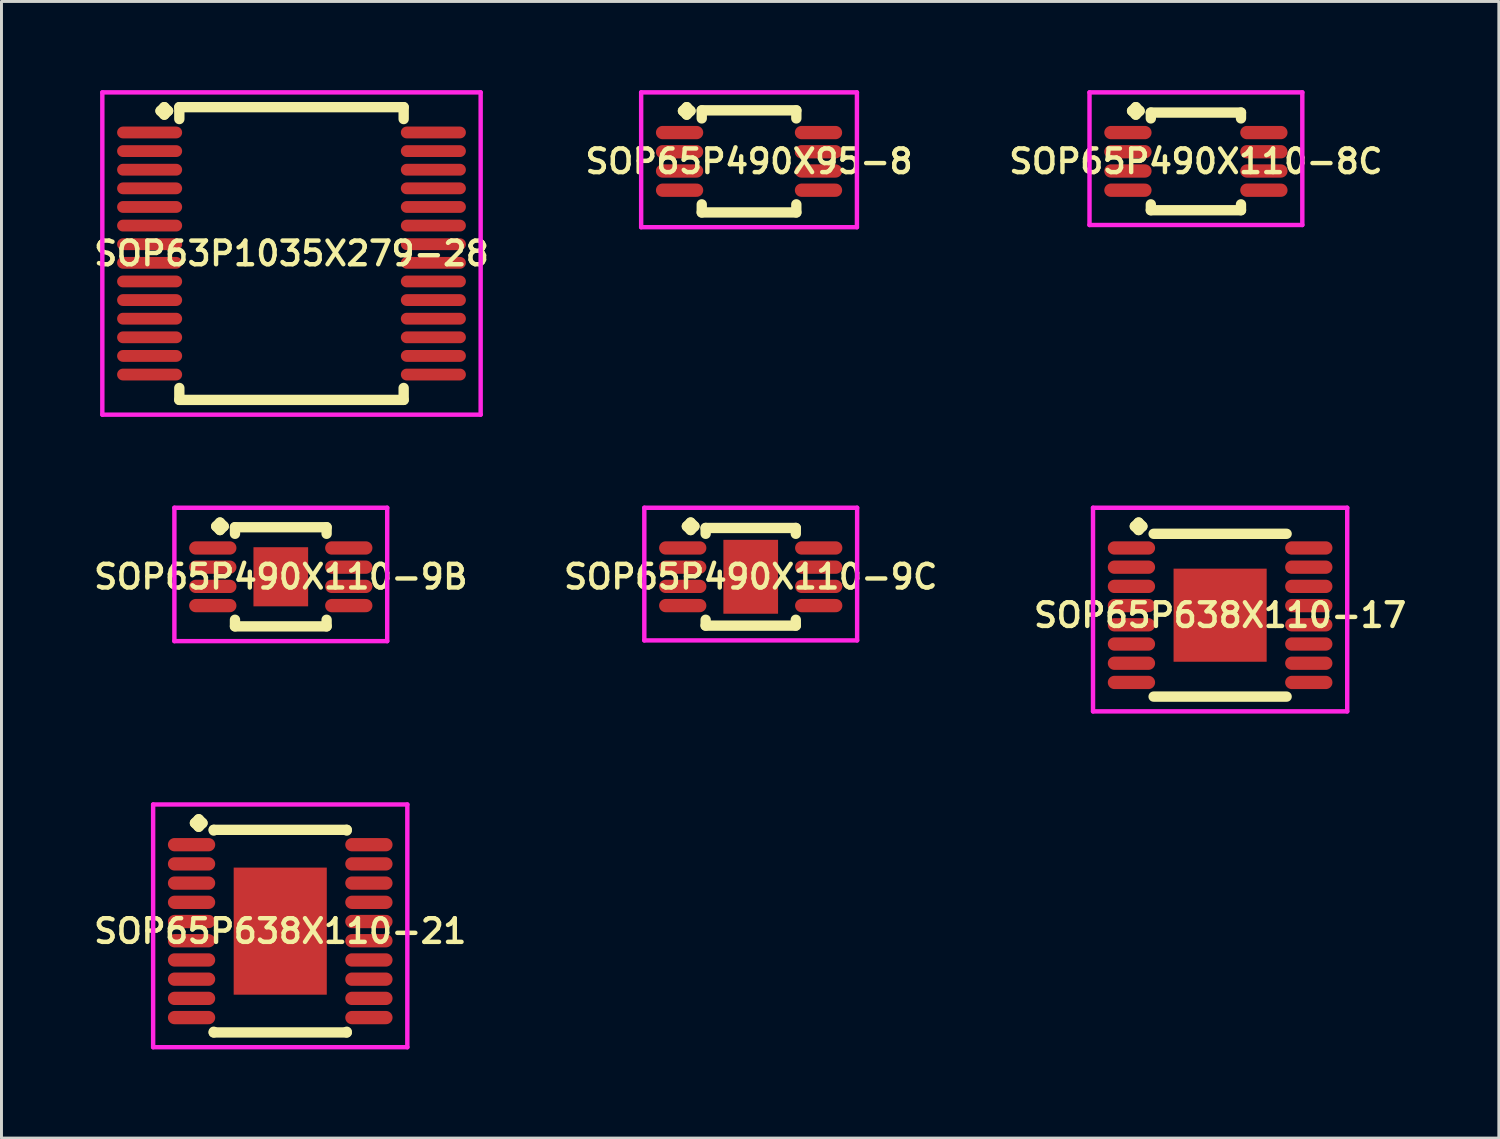
<source format=kicad_pcb>
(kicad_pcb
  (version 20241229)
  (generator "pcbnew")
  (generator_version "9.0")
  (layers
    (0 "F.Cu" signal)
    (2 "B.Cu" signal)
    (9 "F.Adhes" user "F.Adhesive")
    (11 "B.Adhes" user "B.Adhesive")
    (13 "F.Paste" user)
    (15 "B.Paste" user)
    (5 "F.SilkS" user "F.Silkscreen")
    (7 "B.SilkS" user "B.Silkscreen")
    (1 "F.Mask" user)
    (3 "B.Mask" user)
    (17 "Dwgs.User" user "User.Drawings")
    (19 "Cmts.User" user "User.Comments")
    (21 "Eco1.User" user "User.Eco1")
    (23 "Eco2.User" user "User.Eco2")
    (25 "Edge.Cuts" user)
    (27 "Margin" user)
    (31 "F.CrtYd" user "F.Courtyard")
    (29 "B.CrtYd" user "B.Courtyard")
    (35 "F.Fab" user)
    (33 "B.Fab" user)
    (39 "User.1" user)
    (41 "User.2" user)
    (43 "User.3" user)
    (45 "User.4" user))
  (footprint "SOP65P490X110-8C"
    (layer "F.Cu")
    (at 37.411 2.41)
    (property "Reference" "SOP65P490X110-8C" (at 0 0 0) (layer "F.SilkS") (effects (font (size 0.8 0.8) (thickness 0.15))))
    (attr smd)
    (fp_line (start -2.16 -1.708) (end -2.033 -1.835) (stroke (width 0.35) (type solid)) (layer "F.SilkS"))
    (fp_line (start -2.033 -1.835) (end -1.906 -1.708) (stroke (width 0.35) (type solid)) (layer "F.SilkS"))
    (fp_line (start -2.033 -1.581) (end -2.16 -1.708) (stroke (width 0.35) (type solid)) (layer "F.SilkS"))
    (fp_line (start -1.906 -1.708) (end -2.033 -1.581) (stroke (width 0.35) (type solid)) (layer "F.SilkS"))
    (fp_line (start -1.525 -1.652) (end 1.525 -1.652) (stroke (width 0.35) (type solid)) (layer "F.SilkS"))
    (fp_line (start -1.525 -1.454) (end -1.525 -1.652) (stroke (width 0.35) (type solid)) (layer "F.SilkS"))
    (fp_line (start -1.525 1.454) (end -1.525 1.652) (stroke (width 0.35) (type solid)) (layer "F.SilkS"))
    (fp_line (start -1.525 1.652) (end 1.525 1.652) (stroke (width 0.35) (type solid)) (layer "F.SilkS"))
    (fp_line (start 1.525 -1.652) (end 1.525 -1.454) (stroke (width 0.35) (type solid)) (layer "F.SilkS"))
    (fp_line (start 1.525 1.652) (end 1.525 1.454) (stroke (width 0.35) (type solid)) (layer "F.SilkS"))
    (fp_line (start -3.6 -2.335) (end 3.6 -2.335) (stroke (width 0.15) (type solid)) (layer "F.CrtYd"))
    (fp_line (start -3.6 2.152) (end -3.6 -2.335) (stroke (width 0.15) (type solid)) (layer "F.CrtYd"))
    (fp_line (start 3.6 -2.335) (end 3.6 2.152) (stroke (width 0.15) (type solid)) (layer "F.CrtYd"))
    (fp_line (start 3.6 2.152) (end -3.6 2.152) (stroke (width 0.15) (type solid)) (layer "F.CrtYd"))
    (pad "1" smd oval (at -2.3 -0.975) (size 1.6 0.45) (layers "F.Cu" "F.Mask" "F.Paste"))
    (pad "2" smd oval (at -2.3 -0.325) (size 1.6 0.45) (layers "F.Cu" "F.Mask" "F.Paste"))
    (pad "3" smd oval (at -2.3 0.325) (size 1.6 0.45) (layers "F.Cu" "F.Mask" "F.Paste"))
    (pad "4" smd oval (at -2.3 0.975) (size 1.6 0.45) (layers "F.Cu" "F.Mask" "F.Paste"))
    (pad "5" smd oval (at 2.3 0.975) (size 1.6 0.45) (layers "F.Cu" "F.Mask" "F.Paste"))
    (pad "6" smd oval (at 2.3 0.325) (size 1.6 0.45) (layers "F.Cu" "F.Mask" "F.Paste"))
    (pad "7" smd oval (at 2.3 -0.325) (size 1.6 0.45) (layers "F.Cu" "F.Mask" "F.Paste"))
    (pad "8" smd oval (at 2.3 -0.975) (size 1.6 0.45) (layers "F.Cu" "F.Mask" "F.Paste")))
  (footprint "SOP63P1035X279-28"
    (layer "F.Cu")
    (at 6.812 5.527)
    (property "Reference" "SOP63P1035X279-28" (at 0 0 0) (layer "F.SilkS") (effects (font (size 0.8 0.8) (thickness 0.15))))
    (attr smd)
    (fp_line (start -4.43 -4.825) (end -4.303 -4.952) (stroke (width 0.35) (type solid)) (layer "F.SilkS"))
    (fp_line (start -4.303 -4.952) (end -4.176 -4.825) (stroke (width 0.35) (type solid)) (layer "F.SilkS"))
    (fp_line (start -4.303 -4.698) (end -4.43 -4.825) (stroke (width 0.35) (type solid)) (layer "F.SilkS"))
    (fp_line (start -4.176 -4.825) (end -4.303 -4.698) (stroke (width 0.35) (type solid)) (layer "F.SilkS"))
    (fp_line (start -3.795 -4.952) (end 3.795 -4.952) (stroke (width 0.35) (type solid)) (layer "F.SilkS"))
    (fp_line (start -3.795 -4.549) (end -3.795 -4.952) (stroke (width 0.35) (type solid)) (layer "F.SilkS"))
    (fp_line (start -3.795 4.549) (end -3.795 4.952) (stroke (width 0.35) (type solid)) (layer "F.SilkS"))
    (fp_line (start -3.795 4.952) (end 3.795 4.952) (stroke (width 0.35) (type solid)) (layer "F.SilkS"))
    (fp_line (start 3.795 -4.952) (end 3.795 -4.549) (stroke (width 0.35) (type solid)) (layer "F.SilkS"))
    (fp_line (start 3.795 4.952) (end 3.795 4.549) (stroke (width 0.35) (type solid)) (layer "F.SilkS"))
    (fp_line (start -6.4 -5.452) (end 6.4 -5.452) (stroke (width 0.15) (type solid)) (layer "F.CrtYd"))
    (fp_line (start -6.4 5.452) (end -6.4 -5.452) (stroke (width 0.15) (type solid)) (layer "F.CrtYd"))
    (fp_line (start 6.4 -5.452) (end 6.4 5.452) (stroke (width 0.15) (type solid)) (layer "F.CrtYd"))
    (fp_line (start 6.4 5.452) (end -6.4 5.452) (stroke (width 0.15) (type solid)) (layer "F.CrtYd"))
    (pad "1" smd oval (at -4.8 -4.095) (size 2.2 0.4) (layers "F.Cu" "F.Mask" "F.Paste"))
    (pad "2" smd oval (at -4.8 -3.465) (size 2.2 0.4) (layers "F.Cu" "F.Mask" "F.Paste"))
    (pad "3" smd oval (at -4.8 -2.835) (size 2.2 0.4) (layers "F.Cu" "F.Mask" "F.Paste"))
    (pad "4" smd oval (at -4.8 -2.205) (size 2.2 0.4) (layers "F.Cu" "F.Mask" "F.Paste"))
    (pad "5" smd oval (at -4.8 -1.575) (size 2.2 0.4) (layers "F.Cu" "F.Mask" "F.Paste"))
    (pad "6" smd oval (at -4.8 -0.945) (size 2.2 0.4) (layers "F.Cu" "F.Mask" "F.Paste"))
    (pad "7" smd oval (at -4.8 -0.315) (size 2.2 0.4) (layers "F.Cu" "F.Mask" "F.Paste"))
    (pad "8" smd oval (at -4.8 0.315) (size 2.2 0.4) (layers "F.Cu" "F.Mask" "F.Paste"))
    (pad "9" smd oval (at -4.8 0.945) (size 2.2 0.4) (layers "F.Cu" "F.Mask" "F.Paste"))
    (pad "10" smd oval (at -4.8 1.575) (size 2.2 0.4) (layers "F.Cu" "F.Mask" "F.Paste"))
    (pad "11" smd oval (at -4.8 2.205) (size 2.2 0.4) (layers "F.Cu" "F.Mask" "F.Paste"))
    (pad "12" smd oval (at -4.8 2.835) (size 2.2 0.4) (layers "F.Cu" "F.Mask" "F.Paste"))
    (pad "13" smd oval (at -4.8 3.465) (size 2.2 0.4) (layers "F.Cu" "F.Mask" "F.Paste"))
    (pad "14" smd oval (at -4.8 4.095) (size 2.2 0.4) (layers "F.Cu" "F.Mask" "F.Paste"))
    (pad "15" smd oval (at 4.8 4.095) (size 2.2 0.4) (layers "F.Cu" "F.Mask" "F.Paste"))
    (pad "16" smd oval (at 4.8 3.465) (size 2.2 0.4) (layers "F.Cu" "F.Mask" "F.Paste"))
    (pad "17" smd oval (at 4.8 2.835) (size 2.2 0.4) (layers "F.Cu" "F.Mask" "F.Paste"))
    (pad "18" smd oval (at 4.8 2.205) (size 2.2 0.4) (layers "F.Cu" "F.Mask" "F.Paste"))
    (pad "19" smd oval (at 4.8 1.575) (size 2.2 0.4) (layers "F.Cu" "F.Mask" "F.Paste"))
    (pad "20" smd oval (at 4.8 0.945) (size 2.2 0.4) (layers "F.Cu" "F.Mask" "F.Paste"))
    (pad "21" smd oval (at 4.8 0.315) (size 2.2 0.4) (layers "F.Cu" "F.Mask" "F.Paste"))
    (pad "22" smd oval (at 4.8 -0.315) (size 2.2 0.4) (layers "F.Cu" "F.Mask" "F.Paste"))
    (pad "23" smd oval (at 4.8 -0.945) (size 2.2 0.4) (layers "F.Cu" "F.Mask" "F.Paste"))
    (pad "24" smd oval (at 4.8 -1.575) (size 2.2 0.4) (layers "F.Cu" "F.Mask" "F.Paste"))
    (pad "25" smd oval (at 4.8 -2.205) (size 2.2 0.4) (layers "F.Cu" "F.Mask" "F.Paste"))
    (pad "26" smd oval (at 4.8 -2.835) (size 2.2 0.4) (layers "F.Cu" "F.Mask" "F.Paste"))
    (pad "27" smd oval (at 4.8 -3.465) (size 2.2 0.4) (layers "F.Cu" "F.Mask" "F.Paste"))
    (pad "28" smd oval (at 4.8 -4.095) (size 2.2 0.4) (layers "F.Cu" "F.Mask" "F.Paste")))
  (footprint "SOP65P490X95-8"
    (layer "F.Cu")
    (at 22.292 2.41)
    (property "Reference" "SOP65P490X95-8" (at 0 0 0) (layer "F.SilkS") (effects (font (size 0.8 0.8) (thickness 0.15))))
    (attr smd)
    (fp_line (start -2.235 -1.708) (end -2.108 -1.835) (stroke (width 0.35) (type solid)) (layer "F.SilkS"))
    (fp_line (start -2.108 -1.835) (end -1.981 -1.708) (stroke (width 0.35) (type solid)) (layer "F.SilkS"))
    (fp_line (start -2.108 -1.581) (end -2.235 -1.708) (stroke (width 0.35) (type solid)) (layer "F.SilkS"))
    (fp_line (start -1.981 -1.708) (end -2.108 -1.581) (stroke (width 0.35) (type solid)) (layer "F.SilkS"))
    (fp_line (start -1.6 -1.727) (end 1.6 -1.727) (stroke (width 0.35) (type solid)) (layer "F.SilkS"))
    (fp_line (start -1.6 -1.454) (end -1.6 -1.727) (stroke (width 0.35) (type solid)) (layer "F.SilkS"))
    (fp_line (start -1.6 1.454) (end -1.6 1.727) (stroke (width 0.35) (type solid)) (layer "F.SilkS"))
    (fp_line (start -1.6 1.727) (end 1.6 1.727) (stroke (width 0.35) (type solid)) (layer "F.SilkS"))
    (fp_line (start 1.6 -1.727) (end 1.6 -1.454) (stroke (width 0.35) (type solid)) (layer "F.SilkS"))
    (fp_line (start 1.6 1.727) (end 1.6 1.454) (stroke (width 0.35) (type solid)) (layer "F.SilkS"))
    (fp_line (start -3.65 -2.335) (end 3.65 -2.335) (stroke (width 0.15) (type solid)) (layer "F.CrtYd"))
    (fp_line (start -3.65 2.227) (end -3.65 -2.335) (stroke (width 0.15) (type solid)) (layer "F.CrtYd"))
    (fp_line (start 3.65 -2.335) (end 3.65 2.227) (stroke (width 0.15) (type solid)) (layer "F.CrtYd"))
    (fp_line (start 3.65 2.227) (end -3.65 2.227) (stroke (width 0.15) (type solid)) (layer "F.CrtYd"))
    (pad "1" smd oval (at -2.35 -0.975) (size 1.6 0.45) (layers "F.Cu" "F.Mask" "F.Paste"))
    (pad "2" smd oval (at -2.35 -0.325) (size 1.6 0.45) (layers "F.Cu" "F.Mask" "F.Paste"))
    (pad "3" smd oval (at -2.35 0.325) (size 1.6 0.45) (layers "F.Cu" "F.Mask" "F.Paste"))
    (pad "4" smd oval (at -2.35 0.975) (size 1.6 0.45) (layers "F.Cu" "F.Mask" "F.Paste"))
    (pad "5" smd oval (at 2.35 0.975) (size 1.6 0.45) (layers "F.Cu" "F.Mask" "F.Paste"))
    (pad "6" smd oval (at 2.35 0.325) (size 1.6 0.45) (layers "F.Cu" "F.Mask" "F.Paste"))
    (pad "7" smd oval (at 2.35 -0.325) (size 1.6 0.45) (layers "F.Cu" "F.Mask" "F.Paste"))
    (pad "8" smd oval (at 2.35 -0.975) (size 1.6 0.45) (layers "F.Cu" "F.Mask" "F.Paste")))
  (footprint "SOP65P490X110-9C"
    (layer "F.Cu")
    (at 22.349 16.464)
    (property "Reference" "SOP65P490X110-9C" (at 0 0 0) (layer "F.SilkS") (effects (font (size 0.8 0.8) (thickness 0.15))))
    (attr through_hole)
    (fp_line (start -2.16 -1.708) (end -2.033 -1.835) (stroke (width 0.35) (type solid)) (layer "F.SilkS"))
    (fp_line (start -2.033 -1.835) (end -1.906 -1.708) (stroke (width 0.35) (type solid)) (layer "F.SilkS"))
    (fp_line (start -2.033 -1.581) (end -2.16 -1.708) (stroke (width 0.35) (type solid)) (layer "F.SilkS"))
    (fp_line (start -1.906 -1.708) (end -2.033 -1.581) (stroke (width 0.35) (type solid)) (layer "F.SilkS"))
    (fp_line (start -1.525 -1.652) (end 1.525 -1.652) (stroke (width 0.35) (type solid)) (layer "F.SilkS"))
    (fp_line (start -1.525 -1.454) (end -1.525 -1.652) (stroke (width 0.35) (type solid)) (layer "F.SilkS"))
    (fp_line (start -1.525 1.454) (end -1.525 1.652) (stroke (width 0.35) (type solid)) (layer "F.SilkS"))
    (fp_line (start -1.525 1.652) (end 1.525 1.652) (stroke (width 0.35) (type solid)) (layer "F.SilkS"))
    (fp_line (start 1.525 -1.652) (end 1.525 -1.454) (stroke (width 0.35) (type solid)) (layer "F.SilkS"))
    (fp_line (start 1.525 1.652) (end 1.525 1.454) (stroke (width 0.35) (type solid)) (layer "F.SilkS"))
    (fp_line (start -3.6 -2.335) (end 3.6 -2.335) (stroke (width 0.15) (type solid)) (layer "F.CrtYd"))
    (fp_line (start -3.6 2.152) (end -3.6 -2.335) (stroke (width 0.15) (type solid)) (layer "F.CrtYd"))
    (fp_line (start 3.6 -2.335) (end 3.6 2.152) (stroke (width 0.15) (type solid)) (layer "F.CrtYd"))
    (fp_line (start 3.6 2.152) (end -3.6 2.152) (stroke (width 0.15) (type solid)) (layer "F.CrtYd"))
    (pad "1" smd oval (at -2.3 -0.975) (size 1.6 0.45) (layers "F.Cu" "F.Mask" "F.Paste"))
    (pad "2" smd oval (at -2.3 -0.325) (size 1.6 0.45) (layers "F.Cu" "F.Mask" "F.Paste"))
    (pad "3" smd oval (at -2.3 0.325) (size 1.6 0.45) (layers "F.Cu" "F.Mask" "F.Paste"))
    (pad "4" smd oval (at -2.3 0.975) (size 1.6 0.45) (layers "F.Cu" "F.Mask" "F.Paste"))
    (pad "5" smd oval (at 2.3 0.975) (size 1.6 0.45) (layers "F.Cu" "F.Mask" "F.Paste"))
    (pad "6" smd oval (at 2.3 0.325) (size 1.6 0.45) (layers "F.Cu" "F.Mask" "F.Paste"))
    (pad "7" smd oval (at 2.3 -0.325) (size 1.6 0.45) (layers "F.Cu" "F.Mask" "F.Paste"))
    (pad "8" smd oval (at 2.3 -0.975) (size 1.6 0.45) (layers "F.Cu" "F.Mask" "F.Paste"))
    (pad "9" smd rect (at 0 0) (size 1.85 2.5) (layers "F.Cu" "F.Mask" "F.Paste")))
  (footprint "SOP65P638X110-17"
    (layer "F.Cu")
    (at 38.23 17.764)
    (property "Reference" "SOP65P638X110-17" (at 0 0 0) (layer "F.SilkS") (effects (font (size 0.8 0.8) (thickness 0.15))))
    (attr through_hole)
    (fp_line (start -2.885 -3.008) (end -2.758 -3.135) (stroke (width 0.35) (type solid)) (layer "F.SilkS"))
    (fp_line (start -2.758 -3.135) (end -2.631 -3.008) (stroke (width 0.35) (type solid)) (layer "F.SilkS"))
    (fp_line (start -2.758 -2.881) (end -2.885 -3.008) (stroke (width 0.35) (type solid)) (layer "F.SilkS"))
    (fp_line (start -2.631 -3.008) (end -2.758 -2.881) (stroke (width 0.35) (type solid)) (layer "F.SilkS"))
    (fp_line (start -2.25 -2.754) (end 2.25 -2.754) (stroke (width 0.35) (type solid)) (layer "F.SilkS"))
    (fp_line (start -2.25 2.754) (end 2.25 2.754) (stroke (width 0.35) (type solid)) (layer "F.SilkS"))
    (fp_line (start -4.3 -3.635) (end 4.3 -3.635) (stroke (width 0.15) (type solid)) (layer "F.CrtYd"))
    (fp_line (start -4.3 3.254) (end -4.3 -3.635) (stroke (width 0.15) (type solid)) (layer "F.CrtYd"))
    (fp_line (start 4.3 -3.635) (end 4.3 3.254) (stroke (width 0.15) (type solid)) (layer "F.CrtYd"))
    (fp_line (start 4.3 3.254) (end -4.3 3.254) (stroke (width 0.15) (type solid)) (layer "F.CrtYd"))
    (pad "1" smd oval (at -3 -2.275) (size 1.6 0.45) (layers "F.Cu" "F.Mask" "F.Paste"))
    (pad "2" smd oval (at -3 -1.625) (size 1.6 0.45) (layers "F.Cu" "F.Mask" "F.Paste"))
    (pad "3" smd oval (at -3 -0.975) (size 1.6 0.45) (layers "F.Cu" "F.Mask" "F.Paste"))
    (pad "4" smd oval (at -3 -0.325) (size 1.6 0.45) (layers "F.Cu" "F.Mask" "F.Paste"))
    (pad "5" smd oval (at -3 0.325) (size 1.6 0.45) (layers "F.Cu" "F.Mask" "F.Paste"))
    (pad "6" smd oval (at -3 0.975) (size 1.6 0.45) (layers "F.Cu" "F.Mask" "F.Paste"))
    (pad "7" smd oval (at -3 1.625) (size 1.6 0.45) (layers "F.Cu" "F.Mask" "F.Paste"))
    (pad "8" smd oval (at -3 2.275) (size 1.6 0.45) (layers "F.Cu" "F.Mask" "F.Paste"))
    (pad "9" smd oval (at 3 2.275) (size 1.6 0.45) (layers "F.Cu" "F.Mask" "F.Paste"))
    (pad "10" smd oval (at 3 1.625) (size 1.6 0.45) (layers "F.Cu" "F.Mask" "F.Paste"))
    (pad "11" smd oval (at 3 0.975) (size 1.6 0.45) (layers "F.Cu" "F.Mask" "F.Paste"))
    (pad "12" smd oval (at 3 0.325) (size 1.6 0.45) (layers "F.Cu" "F.Mask" "F.Paste"))
    (pad "13" smd oval (at 3 -0.325) (size 1.6 0.45) (layers "F.Cu" "F.Mask" "F.Paste"))
    (pad "14" smd oval (at 3 -0.975) (size 1.6 0.45) (layers "F.Cu" "F.Mask" "F.Paste"))
    (pad "15" smd oval (at 3 -1.625) (size 1.6 0.45) (layers "F.Cu" "F.Mask" "F.Paste"))
    (pad "16" smd oval (at 3 -2.275) (size 1.6 0.45) (layers "F.Cu" "F.Mask" "F.Paste"))
    (pad "17" smd rect (at 0 0) (size 3.15 3.15) (layers "F.Cu" "F.Mask" "F.Paste")))
  (footprint "SOP65P638X110-21"
    (layer "F.Cu")
    (at 6.431 28.453)
    (property "Reference" "SOP65P638X110-21" (at 0 0 0) (layer "F.SilkS") (effects (font (size 0.8 0.8) (thickness 0.15))))
    (attr through_hole)
    (fp_line (start -2.885 -3.658) (end -2.758 -3.785) (stroke (width 0.35) (type solid)) (layer "F.SilkS"))
    (fp_line (start -2.758 -3.785) (end -2.631 -3.658) (stroke (width 0.35) (type solid)) (layer "F.SilkS"))
    (fp_line (start -2.758 -3.531) (end -2.885 -3.658) (stroke (width 0.35) (type solid)) (layer "F.SilkS"))
    (fp_line (start -2.631 -3.658) (end -2.758 -3.531) (stroke (width 0.35) (type solid)) (layer "F.SilkS"))
    (fp_line (start -2.25 -3.427) (end 2.25 -3.427) (stroke (width 0.35) (type solid)) (layer "F.SilkS"))
    (fp_line (start -2.25 -3.404) (end -2.25 -3.427) (stroke (width 0.35) (type solid)) (layer "F.SilkS"))
    (fp_line (start -2.25 3.404) (end -2.25 3.427) (stroke (width 0.35) (type solid)) (layer "F.SilkS"))
    (fp_line (start -2.25 3.427) (end 2.25 3.427) (stroke (width 0.35) (type solid)) (layer "F.SilkS"))
    (fp_line (start 2.25 -3.427) (end 2.25 -3.404) (stroke (width 0.35) (type solid)) (layer "F.SilkS"))
    (fp_line (start 2.25 3.427) (end 2.25 3.404) (stroke (width 0.35) (type solid)) (layer "F.SilkS"))
    (fp_line (start -4.3 -4.285) (end 4.3 -4.285) (stroke (width 0.15) (type solid)) (layer "F.CrtYd"))
    (fp_line (start -4.3 3.927) (end -4.3 -4.285) (stroke (width 0.15) (type solid)) (layer "F.CrtYd"))
    (fp_line (start 4.3 -4.285) (end 4.3 3.927) (stroke (width 0.15) (type solid)) (layer "F.CrtYd"))
    (fp_line (start 4.3 3.927) (end -4.3 3.927) (stroke (width 0.15) (type solid)) (layer "F.CrtYd"))
    (pad "1" smd oval (at -3 -2.925) (size 1.6 0.45) (layers "F.Cu" "F.Mask" "F.Paste"))
    (pad "2" smd oval (at -3 -2.275) (size 1.6 0.45) (layers "F.Cu" "F.Mask" "F.Paste"))
    (pad "3" smd oval (at -3 -1.625) (size 1.6 0.45) (layers "F.Cu" "F.Mask" "F.Paste"))
    (pad "4" smd oval (at -3 -0.975) (size 1.6 0.45) (layers "F.Cu" "F.Mask" "F.Paste"))
    (pad "5" smd oval (at -3 -0.325) (size 1.6 0.45) (layers "F.Cu" "F.Mask" "F.Paste"))
    (pad "6" smd oval (at -3 0.325) (size 1.6 0.45) (layers "F.Cu" "F.Mask" "F.Paste"))
    (pad "7" smd oval (at -3 0.975) (size 1.6 0.45) (layers "F.Cu" "F.Mask" "F.Paste"))
    (pad "8" smd oval (at -3 1.625) (size 1.6 0.45) (layers "F.Cu" "F.Mask" "F.Paste"))
    (pad "9" smd oval (at -3 2.275) (size 1.6 0.45) (layers "F.Cu" "F.Mask" "F.Paste"))
    (pad "10" smd oval (at -3 2.925) (size 1.6 0.45) (layers "F.Cu" "F.Mask" "F.Paste"))
    (pad "11" smd oval (at 3 2.925) (size 1.6 0.45) (layers "F.Cu" "F.Mask" "F.Paste"))
    (pad "12" smd oval (at 3 2.275) (size 1.6 0.45) (layers "F.Cu" "F.Mask" "F.Paste"))
    (pad "13" smd oval (at 3 1.625) (size 1.6 0.45) (layers "F.Cu" "F.Mask" "F.Paste"))
    (pad "14" smd oval (at 3 0.975) (size 1.6 0.45) (layers "F.Cu" "F.Mask" "F.Paste"))
    (pad "15" smd oval (at 3 0.325) (size 1.6 0.45) (layers "F.Cu" "F.Mask" "F.Paste"))
    (pad "16" smd oval (at 3 -0.325) (size 1.6 0.45) (layers "F.Cu" "F.Mask" "F.Paste"))
    (pad "17" smd oval (at 3 -0.975) (size 1.6 0.45) (layers "F.Cu" "F.Mask" "F.Paste"))
    (pad "18" smd oval (at 3 -1.625) (size 1.6 0.45) (layers "F.Cu" "F.Mask" "F.Paste"))
    (pad "19" smd oval (at 3 -2.275) (size 1.6 0.45) (layers "F.Cu" "F.Mask" "F.Paste"))
    (pad "20" smd oval (at 3 -2.925) (size 1.6 0.45) (layers "F.Cu" "F.Mask" "F.Paste"))
    (pad "21" smd rect (at 0 0) (size 3.15 4.3) (layers "F.Cu" "F.Mask" "F.Paste")))
  (footprint "SOP65P490X110-9B"
    (layer "F.Cu")
    (at 6.45 16.464)
    (property "Reference" "SOP65P490X110-9B" (at 0 0 0) (layer "F.SilkS") (effects (font (size 0.8 0.8) (thickness 0.15))))
    (attr smd)
    (fp_line (start -2.185 -1.708) (end -2.058 -1.835) (stroke (width 0.35) (type solid)) (layer "F.SilkS"))
    (fp_line (start -2.058 -1.835) (end -1.931 -1.708) (stroke (width 0.35) (type solid)) (layer "F.SilkS"))
    (fp_line (start -2.058 -1.581) (end -2.185 -1.708) (stroke (width 0.35) (type solid)) (layer "F.SilkS"))
    (fp_line (start -1.931 -1.708) (end -2.058 -1.581) (stroke (width 0.35) (type solid)) (layer "F.SilkS"))
    (fp_line (start -1.55 -1.677) (end 1.55 -1.677) (stroke (width 0.35) (type solid)) (layer "F.SilkS"))
    (fp_line (start -1.55 -1.454) (end -1.55 -1.677) (stroke (width 0.35) (type solid)) (layer "F.SilkS"))
    (fp_line (start -1.55 1.454) (end -1.55 1.677) (stroke (width 0.35) (type solid)) (layer "F.SilkS"))
    (fp_line (start -1.55 1.677) (end 1.55 1.677) (stroke (width 0.35) (type solid)) (layer "F.SilkS"))
    (fp_line (start 1.55 -1.677) (end 1.55 -1.454) (stroke (width 0.35) (type solid)) (layer "F.SilkS"))
    (fp_line (start 1.55 1.677) (end 1.55 1.454) (stroke (width 0.35) (type solid)) (layer "F.SilkS"))
    (fp_line (start -3.6 -2.335) (end 3.6 -2.335) (stroke (width 0.15) (type solid)) (layer "F.CrtYd"))
    (fp_line (start -3.6 2.177) (end -3.6 -2.335) (stroke (width 0.15) (type solid)) (layer "F.CrtYd"))
    (fp_line (start 3.6 -2.335) (end 3.6 2.177) (stroke (width 0.15) (type solid)) (layer "F.CrtYd"))
    (fp_line (start 3.6 2.177) (end -3.6 2.177) (stroke (width 0.15) (type solid)) (layer "F.CrtYd"))
    (pad "1" smd oval (at -2.3 -0.975) (size 1.6 0.45) (layers "F.Cu" "F.Mask" "F.Paste"))
    (pad "2" smd oval (at -2.3 -0.325) (size 1.6 0.45) (layers "F.Cu" "F.Mask" "F.Paste"))
    (pad "3" smd oval (at -2.3 0.325) (size 1.6 0.45) (layers "F.Cu" "F.Mask" "F.Paste"))
    (pad "4" smd oval (at -2.3 0.975) (size 1.6 0.45) (layers "F.Cu" "F.Mask" "F.Paste"))
    (pad "5" smd oval (at 2.3 0.975) (size 1.6 0.45) (layers "F.Cu" "F.Mask" "F.Paste"))
    (pad "6" smd oval (at 2.3 0.325) (size 1.6 0.45) (layers "F.Cu" "F.Mask" "F.Paste"))
    (pad "7" smd oval (at 2.3 -0.325) (size 1.6 0.45) (layers "F.Cu" "F.Mask" "F.Paste"))
    (pad "8" smd oval (at 2.3 -0.975) (size 1.6 0.45) (layers "F.Cu" "F.Mask" "F.Paste"))
    (pad "9" smd rect (at 0 0) (size 1.85 2) (layers "F.Cu" "F.Mask" "F.Paste")))
  (gr_rect
    (start -3 -3)
    (end 47.66 35.455)
    (stroke (width 0.1) (type default))
    (fill no)
    (layer "Edge.Cuts")))
</source>
